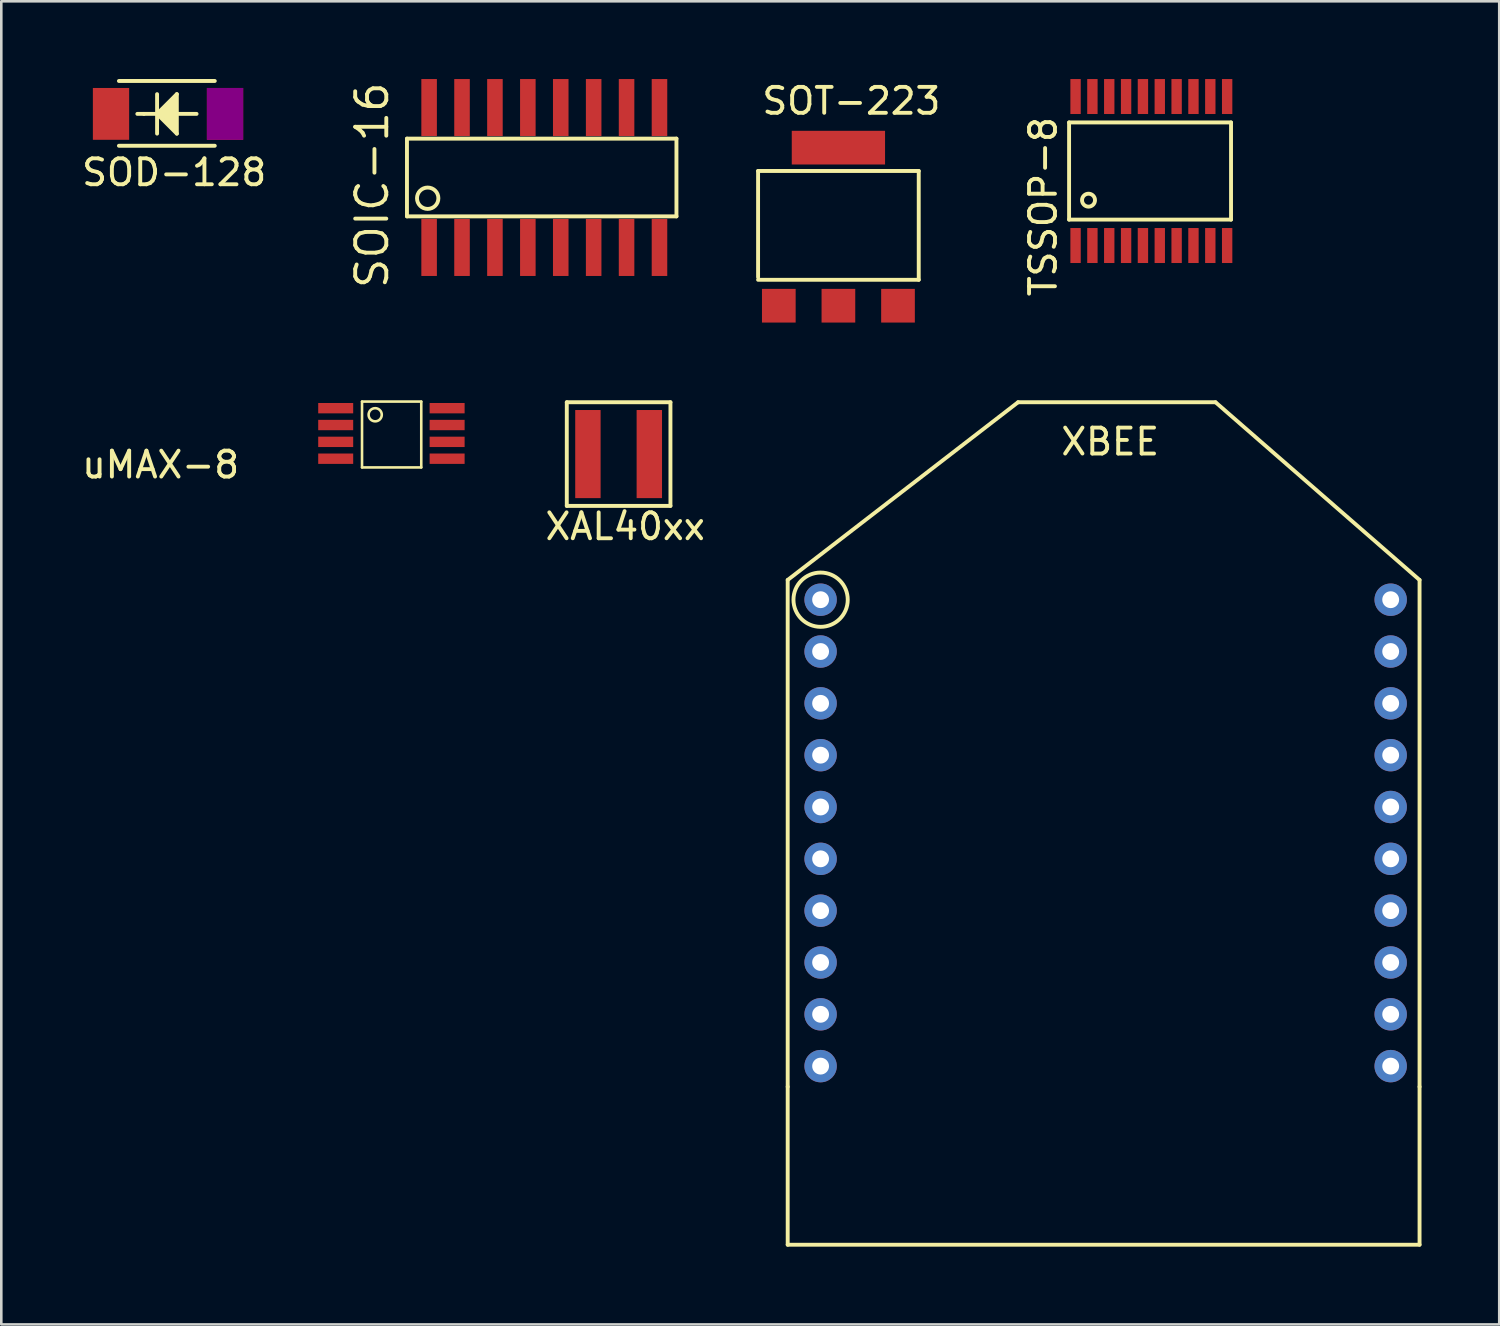
<source format=kicad_pcb>
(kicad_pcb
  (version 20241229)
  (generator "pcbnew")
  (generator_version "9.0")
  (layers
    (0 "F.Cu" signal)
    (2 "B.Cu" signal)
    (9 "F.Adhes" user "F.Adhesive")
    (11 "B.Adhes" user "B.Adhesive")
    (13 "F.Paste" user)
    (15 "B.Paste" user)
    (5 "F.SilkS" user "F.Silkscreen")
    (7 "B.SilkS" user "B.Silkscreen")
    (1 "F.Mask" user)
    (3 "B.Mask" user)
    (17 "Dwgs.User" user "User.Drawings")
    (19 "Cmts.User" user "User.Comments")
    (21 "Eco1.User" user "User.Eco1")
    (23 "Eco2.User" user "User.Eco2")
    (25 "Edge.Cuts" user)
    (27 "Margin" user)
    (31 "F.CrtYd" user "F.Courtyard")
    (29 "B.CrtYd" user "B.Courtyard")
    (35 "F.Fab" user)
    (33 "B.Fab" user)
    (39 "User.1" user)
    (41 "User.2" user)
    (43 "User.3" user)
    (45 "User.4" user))
  (footprint "SOT-223"
    (layer "F.Cu")
    (at 27.005 8.748)
    (property "Reference" "SOT-223" (at 2.8 -7.9 0) (layer "F.SilkS") (effects (font (size 1 1) (thickness 0.15))))
    (attr through_hole)
    (fp_line (start -0.8 -5.2) (end -0.8 -1.1) (stroke (width 0.15) (type solid)) (layer "F.SilkS"))
    (fp_line (start -0.8 -1) (end 5.4 -1) (stroke (width 0.15) (type solid)) (layer "F.SilkS"))
    (fp_line (start 5.4 -5.2) (end -0.8 -5.2) (stroke (width 0.15) (type solid)) (layer "F.SilkS"))
    (fp_line (start 5.4 -1) (end 5.4 -5.2) (stroke (width 0.15) (type solid)) (layer "F.SilkS"))
    (pad "1" smd rect (at 0 0) (size 1.3 1.3) (layers "F.Cu" "F.Mask" "F.Paste"))
    (pad "2" smd rect (at 2.3 -6.1) (size 3.6 1.3) (layers "F.Cu" "F.Mask" "F.Paste"))
    (pad "2" smd rect (at 2.3 0) (size 1.3 1.3) (layers "F.Cu" "F.Mask" "F.Paste"))
    (pad "3" smd rect (at 4.6 0) (size 1.3 1.3) (layers "F.Cu" "F.Mask" "F.Paste")))
  (footprint "XBEE"
    (layer "F.Cu")
    (at 28.618 20.093)
    (property "Reference" "XBEE" (at 11.176 -6.096 0) (layer "F.SilkS") (effects (font (size 1 1) (thickness 0.15))))
    (attr through_hole)
    (fp_line (start -1.27 -0.762) (end 7.62 -7.62) (stroke (width 0.15) (type solid)) (layer "F.SilkS"))
    (fp_line (start -1.27 18.796) (end -1.27 -0.762) (stroke (width 0.15) (type solid)) (layer "F.SilkS"))
    (fp_line (start -1.27 24.892) (end -1.27 18.796) (stroke (width 0.15) (type solid)) (layer "F.SilkS"))
    (fp_line (start 7.62 -7.62) (end 15.24 -7.62) (stroke (width 0.15) (type solid)) (layer "F.SilkS"))
    (fp_line (start 15.24 -7.62) (end 23.114 -0.762) (stroke (width 0.15) (type solid)) (layer "F.SilkS"))
    (fp_line (start 23.114 -0.762) (end 23.114 18.796) (stroke (width 0.15) (type solid)) (layer "F.SilkS"))
    (fp_line (start 23.114 18.796) (end 23.114 24.892) (stroke (width 0.15) (type solid)) (layer "F.SilkS"))
    (fp_line (start 23.114 24.892) (end -1.27 24.892) (stroke (width 0.15) (type solid)) (layer "F.SilkS"))
    (fp_circle (center 0 0) (end 0.254 -1.016) (stroke (width 0.15) (type solid)) (fill no) (layer "F.SilkS"))
    (pad "1" thru_hole circle (at 0 0) (size 1.25 1.25) (drill 0.65) (layers "*.Cu" "*.Mask"))
    (pad "2" thru_hole circle (at 0 2) (size 1.25 1.25) (drill 0.65) (layers "*.Cu" "*.Mask"))
    (pad "3" thru_hole circle (at 0 4) (size 1.25 1.25) (drill 0.65) (layers "*.Cu" "*.Mask"))
    (pad "4" thru_hole circle (at 0 6) (size 1.25 1.25) (drill 0.65) (layers "*.Cu" "*.Mask"))
    (pad "5" thru_hole circle (at 0 8) (size 1.25 1.25) (drill 0.65) (layers "*.Cu" "*.Mask"))
    (pad "6" thru_hole circle (at 0 10) (size 1.25 1.25) (drill 0.65) (layers "*.Cu" "*.Mask"))
    (pad "7" thru_hole circle (at 0 12) (size 1.25 1.25) (drill 0.65) (layers "*.Cu" "*.Mask"))
    (pad "8" thru_hole circle (at 0 14) (size 1.25 1.25) (drill 0.65) (layers "*.Cu" "*.Mask"))
    (pad "9" thru_hole circle (at 0 16) (size 1.25 1.25) (drill 0.65) (layers "*.Cu" "*.Mask"))
    (pad "10" thru_hole circle (at 0 18) (size 1.25 1.25) (drill 0.65) (layers "*.Cu" "*.Mask"))
    (pad "11" thru_hole circle (at 22 18) (size 1.25 1.25) (drill 0.65) (layers "*.Cu" "*.Mask"))
    (pad "12" thru_hole circle (at 22 16) (size 1.25 1.25) (drill 0.65) (layers "*.Cu" "*.Mask"))
    (pad "13" thru_hole circle (at 22 14) (size 1.25 1.25) (drill 0.65) (layers "*.Cu" "*.Mask"))
    (pad "14" thru_hole circle (at 22 12) (size 1.25 1.25) (drill 0.65) (layers "*.Cu" "*.Mask"))
    (pad "15" thru_hole circle (at 22 10) (size 1.25 1.25) (drill 0.65) (layers "*.Cu" "*.Mask"))
    (pad "16" thru_hole circle (at 22 8) (size 1.25 1.25) (drill 0.65) (layers "*.Cu" "*.Mask"))
    (pad "17" thru_hole circle (at 22 6) (size 1.25 1.25) (drill 0.65) (layers "*.Cu" "*.Mask"))
    (pad "18" thru_hole circle (at 22 4) (size 1.25 1.25) (drill 0.65) (layers "*.Cu" "*.Mask"))
    (pad "19" thru_hole circle (at 22 2) (size 1.25 1.25) (drill 0.65) (layers "*.Cu" "*.Mask"))
    (pad "20" thru_hole circle (at 22 0) (size 1.25 1.25) (drill 0.65) (layers "*.Cu" "*.Mask")))
  (footprint "SOD-128"
    (layer "F.Cu")
    (at 1.234 1.345)
    (property "Reference" "SOD-128" (at 2.438 2.261 0) (layer "F.SilkS") (effects (font (size 1 1) (thickness 0.15))))
    (attr through_hole)
    (fp_line (start 1.016 0) (end 1.27 0) (stroke (width 0.15) (type solid)) (layer "F.SilkS"))
    (fp_line (start 1.778 -0.762) (end 1.778 0.762) (stroke (width 0.15) (type solid)) (layer "F.SilkS"))
    (fp_line (start 1.778 0) (end 2.54 0.762) (stroke (width 0.15) (type solid)) (layer "F.SilkS"))
    (fp_line (start 2.007 -0.191) (end 2.007 0.114) (stroke (width 0.15) (type solid)) (layer "F.SilkS"))
    (fp_line (start 2.007 0.114) (end 2.121 -0.279) (stroke (width 0.15) (type solid)) (layer "F.SilkS"))
    (fp_line (start 2.121 -0.279) (end 2.121 0.229) (stroke (width 0.15) (type solid)) (layer "F.SilkS"))
    (fp_line (start 2.121 0.229) (end 2.235 -0.356) (stroke (width 0.15) (type solid)) (layer "F.SilkS"))
    (fp_line (start 2.223 0.343) (end 2.464 0.546) (stroke (width 0.15) (type solid)) (layer "F.SilkS"))
    (fp_line (start 2.235 -0.356) (end 2.223 0.343) (stroke (width 0.15) (type solid)) (layer "F.SilkS"))
    (fp_line (start 2.337 0.356) (end 2.337 -0.457) (stroke (width 0.15) (type solid)) (layer "F.SilkS"))
    (fp_line (start 2.451 -0.572) (end 2.337 0.356) (stroke (width 0.15) (type solid)) (layer "F.SilkS"))
    (fp_line (start 2.464 0.546) (end 2.451 -0.572) (stroke (width 0.15) (type solid)) (layer "F.SilkS"))
    (fp_line (start 2.54 -0.762) (end 1.778 0) (stroke (width 0.15) (type solid)) (layer "F.SilkS"))
    (fp_line (start 2.54 0.762) (end 2.54 -0.762) (stroke (width 0.15) (type solid)) (layer "F.SilkS"))
    (fp_line (start 3.302 0) (end 1.27 0) (stroke (width 0.15) (type solid)) (layer "F.SilkS"))
    (fp_line (start 4.005 -1.27) (end 0.305 -1.27) (stroke (width 0.15) (type solid)) (layer "F.SilkS"))
    (fp_line (start 4.005 1.23) (end 0.305 1.23) (stroke (width 0.15) (type solid)) (layer "F.SilkS"))
    (pad "1" smd rect (at 0 0) (size 1.4 2) (layers "F.Cu" "F.Mask" "F.Paste"))
    (pad "2" smd rect (at 4.4 0) (size 1.4 2) (layers "F.Cu" "F.Mask" "F.Adhes" "F.Paste")))
  (footprint "XAL40xx"
    (layer "F.Cu")
    (at 20.823 14.473)
    (property "Reference" "XAL40xx" (at 0.254 2.794 0) (layer "F.SilkS") (effects (font (size 1 1) (thickness 0.15))))
    (attr through_hole)
    (fp_line (start -2 -2) (end 2 -2) (stroke (width 0.15) (type solid)) (layer "F.SilkS"))
    (fp_line (start -2 2) (end -2 -2) (stroke (width 0.15) (type solid)) (layer "F.SilkS"))
    (fp_line (start -2 2) (end 2 2) (stroke (width 0.15) (type solid)) (layer "F.SilkS"))
    (fp_line (start 2 2) (end 2 -2) (stroke (width 0.15) (type solid)) (layer "F.SilkS"))
    (pad "1" smd rect (at -1.185 0) (size 0.98 3.4) (layers "F.Cu" "F.Mask" "F.Paste"))
    (pad "2" smd rect (at 1.185 0) (size 0.98 3.4) (layers "F.Cu" "F.Mask" "F.Paste")))
  (footprint "TSSOP-8"
    (layer "F.Cu")
    (at 38.457 6.425)
    (property "Reference" "TSSOP-8" (at -1.25 -1.5 90) (layer "F.SilkS") (effects (font (size 1 1) (thickness 0.15))))
    (attr through_hole)
    (fp_line (start -0.25 -4.75) (end -0.25 -1) (stroke (width 0.15) (type solid)) (layer "F.SilkS"))
    (fp_line (start -0.25 -1) (end 6 -1) (stroke (width 0.15) (type solid)) (layer "F.SilkS"))
    (fp_line (start 6 -4.75) (end -0.25 -4.75) (stroke (width 0.15) (type solid)) (layer "F.SilkS"))
    (fp_line (start 6 -1) (end 6 -4.75) (stroke (width 0.15) (type solid)) (layer "F.SilkS"))
    (fp_circle (center 0.5 -1.75) (end 0.5 -1.5) (stroke (width 0.15) (type solid)) (fill no) (layer "F.SilkS"))
    (pad "1" smd rect (at 0 0) (size 0.4 1.35) (layers "F.Cu" "F.Mask" "F.Paste"))
    (pad "2" smd rect (at 0.65 0) (size 0.4 1.35) (layers "F.Cu" "F.Mask" "F.Paste"))
    (pad "3" smd rect (at 1.3 0) (size 0.4 1.35) (layers "F.Cu" "F.Mask" "F.Paste"))
    (pad "4" smd rect (at 1.95 0) (size 0.4 1.35) (layers "F.Cu" "F.Mask" "F.Paste"))
    (pad "5" smd rect (at 2.6 0) (size 0.4 1.35) (layers "F.Cu" "F.Mask" "F.Paste"))
    (pad "6" smd rect (at 3.25 0) (size 0.4 1.35) (layers "F.Cu" "F.Mask" "F.Paste"))
    (pad "7" smd rect (at 3.9 0) (size 0.4 1.35) (layers "F.Cu" "F.Mask" "F.Paste"))
    (pad "8" smd rect (at 4.55 0) (size 0.4 1.35) (layers "F.Cu" "F.Mask" "F.Paste"))
    (pad "9" smd rect (at 5.2 0) (size 0.4 1.35) (layers "F.Cu" "F.Mask" "F.Paste"))
    (pad "10" smd rect (at 5.85 0) (size 0.4 1.35) (layers "F.Cu" "F.Mask" "F.Paste"))
    (pad "11" smd rect (at 5.85 -5.75) (size 0.4 1.35) (layers "F.Cu" "F.Mask" "F.Paste"))
    (pad "12" smd rect (at 5.2 -5.75) (size 0.4 1.35) (layers "F.Cu" "F.Mask" "F.Paste"))
    (pad "13" smd rect (at 4.55 -5.75) (size 0.4 1.35) (layers "F.Cu" "F.Mask" "F.Paste"))
    (pad "14" smd rect (at 3.9 -5.75) (size 0.4 1.35) (layers "F.Cu" "F.Mask" "F.Paste"))
    (pad "15" smd rect (at 3.25 -5.75) (size 0.4 1.35) (layers "F.Cu" "F.Mask" "F.Paste"))
    (pad "16" smd rect (at 2.6 -5.75) (size 0.4 1.35) (layers "F.Cu" "F.Mask" "F.Paste"))
    (pad "17" smd rect (at 1.95 -5.75) (size 0.4 1.35) (layers "F.Cu" "F.Mask" "F.Paste"))
    (pad "18" smd rect (at 1.3 -5.75) (size 0.4 1.35) (layers "F.Cu" "F.Mask" "F.Paste"))
    (pad "19" smd rect (at 0.65 -5.75) (size 0.4 1.35) (layers "F.Cu" "F.Mask" "F.Paste"))
    (pad "20" smd rect (at 0 -5.75) (size 0.4 1.35) (layers "F.Cu" "F.Mask" "F.Paste")))
  (footprint "uMAX-8"
    (layer "F.Cu")
    (at 9.905 12.702)
    (property "Reference" "uMAX-8" (at -6.756 2.184 0) (layer "F.SilkS") (effects (font (size 1 1) (thickness 0.15))))
    (attr through_hole)
    (fp_line (start 1.016 -0.254) (end 3.302 -0.254) (stroke (width 0.1) (type solid)) (layer "F.SilkS"))
    (fp_line (start 1.016 2.286) (end 1.016 -0.254) (stroke (width 0.1) (type solid)) (layer "F.SilkS"))
    (fp_line (start 3.302 -0.254) (end 3.302 2.286) (stroke (width 0.1) (type solid)) (layer "F.SilkS"))
    (fp_line (start 3.302 2.286) (end 1.016 2.286) (stroke (width 0.1) (type solid)) (layer "F.SilkS"))
    (fp_circle (center 1.524 0.254) (end 1.778 0.254) (stroke (width 0.1) (type solid)) (fill no) (layer "F.SilkS"))
    (pad "1" smd rect (at 0 0) (size 1.35 0.4) (layers "F.Cu" "F.Mask" "F.Paste"))
    (pad "2" smd rect (at 0 0.65) (size 1.35 0.4) (layers "F.Cu" "F.Mask" "F.Paste"))
    (pad "3" smd rect (at 0 1.3) (size 1.35 0.4) (layers "F.Cu" "F.Mask" "F.Paste"))
    (pad "4" smd rect (at 0 1.95) (size 1.35 0.4) (layers "F.Cu" "F.Mask" "F.Paste"))
    (pad "5" smd rect (at 4.3 1.95) (size 1.35 0.4) (layers "F.Cu" "F.Mask" "F.Paste"))
    (pad "6" smd rect (at 4.3 1.3) (size 1.35 0.4) (layers "F.Cu" "F.Mask" "F.Paste"))
    (pad "7" smd rect (at 4.3 0.65) (size 1.35 0.4) (layers "F.Cu" "F.Mask" "F.Paste"))
    (pad "8" smd rect (at 4.3 0) (size 1.35 0.4) (layers "F.Cu" "F.Mask" "F.Paste")))
  (footprint "SOIC-16"
    (layer "F.Cu")
    (at 17.955 3.8)
    (property "Reference" "SOIC-16" (at -6.645 0.3 90) (layer "F.SilkS") (effects (font (size 1.2 1.2) (thickness 0.15))))
    (attr through_hole)
    (fp_line (start -5.3 -1.5) (end -5.3 1.5) (stroke (width 0.15) (type solid)) (layer "F.SilkS"))
    (fp_line (start -5.3 1.5) (end 5.1 1.5) (stroke (width 0.15) (type solid)) (layer "F.SilkS"))
    (fp_line (start 5.1 -1.5) (end -5.3 -1.5) (stroke (width 0.15) (type solid)) (layer "F.SilkS"))
    (fp_line (start 5.1 1.5) (end 5.1 -1.5) (stroke (width 0.15) (type solid)) (layer "F.SilkS"))
    (fp_circle (center -4.5 0.8) (end -4.4 0.4) (stroke (width 0.15) (type solid)) (fill no) (layer "F.SilkS"))
    (pad "1" smd rect (at -4.445 2.7) (size 0.6 2.2) (layers "F.Cu" "F.Mask" "F.Paste"))
    (pad "2" smd rect (at -3.175 2.7) (size 0.6 2.2) (layers "F.Cu" "F.Mask" "F.Paste"))
    (pad "3" smd rect (at -1.905 2.7) (size 0.6 2.2) (layers "F.Cu" "F.Mask" "F.Paste"))
    (pad "4" smd rect (at -0.635 2.7) (size 0.6 2.2) (layers "F.Cu" "F.Mask" "F.Paste"))
    (pad "5" smd rect (at 0.635 2.7) (size 0.6 2.2) (layers "F.Cu" "F.Mask" "F.Paste"))
    (pad "6" smd rect (at 1.905 2.7) (size 0.6 2.2) (layers "F.Cu" "F.Mask" "F.Paste"))
    (pad "7" smd rect (at 3.175 2.7) (size 0.6 2.2) (layers "F.Cu" "F.Mask" "F.Paste"))
    (pad "8" smd rect (at 4.445 2.7) (size 0.6 2.2) (layers "F.Cu" "F.Mask" "F.Paste"))
    (pad "9" smd rect (at 4.445 -2.7) (size 0.6 2.2) (layers "F.Cu" "F.Mask" "F.Paste"))
    (pad "10" smd rect (at 3.175 -2.7) (size 0.6 2.2) (layers "F.Cu" "F.Mask" "F.Paste"))
    (pad "11" smd rect (at 1.905 -2.7) (size 0.6 2.2) (layers "F.Cu" "F.Mask" "F.Paste"))
    (pad "12" smd rect (at 0.635 -2.7) (size 0.6 2.2) (layers "F.Cu" "F.Mask" "F.Paste"))
    (pad "13" smd rect (at -0.635 -2.7) (size 0.6 2.2) (layers "F.Cu" "F.Mask" "F.Paste"))
    (pad "14" smd rect (at -1.905 -2.7) (size 0.6 2.2) (layers "F.Cu" "F.Mask" "F.Paste"))
    (pad "15" smd rect (at -3.175 -2.7) (size 0.6 2.2) (layers "F.Cu" "F.Mask" "F.Paste"))
    (pad "16" smd rect (at -4.445 -2.7) (size 0.6 2.2) (layers "F.Cu" "F.Mask" "F.Paste")))
  (gr_rect
    (start -3 -3)
    (end 54.807 48.06)
    (stroke (width 0.1) (type default))
    (fill no)
    (layer "Edge.Cuts")))
</source>
